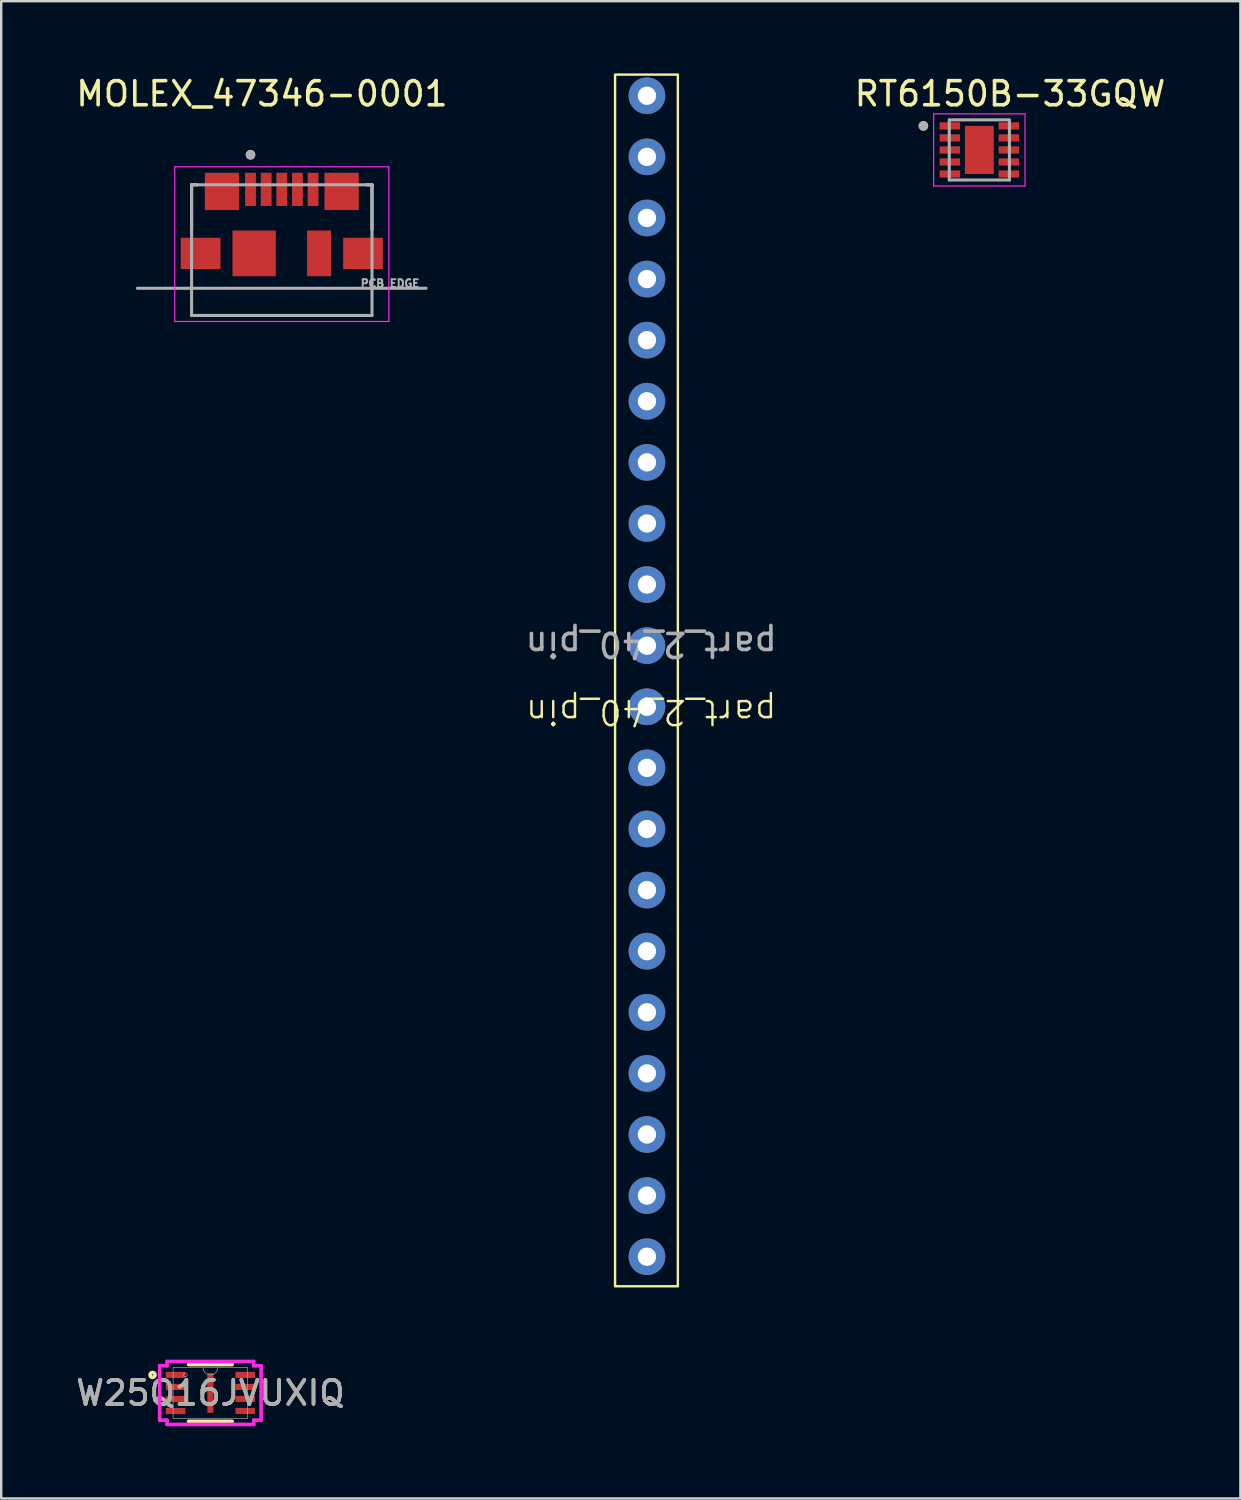
<source format=kicad_pcb>
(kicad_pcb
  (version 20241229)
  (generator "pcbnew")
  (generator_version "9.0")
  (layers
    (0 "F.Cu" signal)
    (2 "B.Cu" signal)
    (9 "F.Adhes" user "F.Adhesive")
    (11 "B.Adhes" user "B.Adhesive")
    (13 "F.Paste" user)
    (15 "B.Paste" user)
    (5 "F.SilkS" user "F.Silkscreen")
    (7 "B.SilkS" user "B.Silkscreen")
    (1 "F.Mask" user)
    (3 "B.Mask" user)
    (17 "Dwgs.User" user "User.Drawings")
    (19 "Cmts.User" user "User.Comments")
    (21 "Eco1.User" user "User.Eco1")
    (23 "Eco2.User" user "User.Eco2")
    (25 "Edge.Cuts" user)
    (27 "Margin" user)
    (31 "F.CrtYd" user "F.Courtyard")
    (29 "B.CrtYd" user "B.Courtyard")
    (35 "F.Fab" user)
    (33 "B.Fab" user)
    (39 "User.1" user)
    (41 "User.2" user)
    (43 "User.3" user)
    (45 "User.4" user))
  (footprint "part_2_40_pin"
    (layer "F.Cu")
    (at 23.668 23.054)
    (property "Reference" "part_2_40_pin" (at 0.35 3.496 180) (unlocked yes) (layer "F.SilkS") (effects (font (size 1 1) (thickness 0.1))))
    (attr smd)
    (fp_rect (start -1.15 -23.004) (end 1.46 27.366) (stroke (width 0.1) (type default)) (fill no) (layer "F.SilkS"))
    (fp_text user "${REFERENCE}" (at 0.35 0.681 180) (unlocked yes) (layer "F.Fab") (effects (font (size 1 1) (thickness 0.15))))
    (pad "1" thru_hole circle (at 0.175 26.136 180) (size 1.524 1.524) (drill 0.762) (layers "*.Cu" "*.Mask"))
    (pad "2" thru_hole circle (at 0.175 23.596 180) (size 1.524 1.524) (drill 0.762) (layers "*.Cu" "*.Mask"))
    (pad "3" thru_hole circle (at 0.175 21.056 180) (size 1.524 1.524) (drill 0.762) (layers "*.Cu" "*.Mask"))
    (pad "4" thru_hole circle (at 0.175 18.516 180) (size 1.524 1.524) (drill 0.762) (layers "*.Cu" "*.Mask"))
    (pad "5" thru_hole circle (at 0.175 15.976 180) (size 1.524 1.524) (drill 0.762) (layers "*.Cu" "*.Mask"))
    (pad "6" thru_hole circle (at 0.175 13.436 180) (size 1.524 1.524) (drill 0.762) (layers "*.Cu" "*.Mask"))
    (pad "7" thru_hole circle (at 0.175 10.896 180) (size 1.524 1.524) (drill 0.762) (layers "*.Cu" "*.Mask"))
    (pad "8" thru_hole circle (at 0.175 8.356 180) (size 1.524 1.524) (drill 0.762) (layers "*.Cu" "*.Mask"))
    (pad "9" thru_hole circle (at 0.175 5.816 180) (size 1.524 1.524) (drill 0.762) (layers "*.Cu" "*.Mask"))
    (pad "10" thru_hole circle (at 0.175 3.276 180) (size 1.524 1.524) (drill 0.762) (layers "*.Cu" "*.Mask"))
    (pad "11" thru_hole circle (at 0.175 0.736 180) (size 1.524 1.524) (drill 0.762) (layers "*.Cu" "*.Mask"))
    (pad "12" thru_hole circle (at 0.175 -1.804 180) (size 1.524 1.524) (drill 0.762) (layers "*.Cu" "*.Mask"))
    (pad "13" thru_hole circle (at 0.175 -4.344 180) (size 1.524 1.524) (drill 0.762) (layers "*.Cu" "*.Mask"))
    (pad "14" thru_hole circle (at 0.175 -6.884 180) (size 1.524 1.524) (drill 0.762) (layers "*.Cu" "*.Mask"))
    (pad "15" thru_hole circle (at 0.175 -9.424 180) (size 1.524 1.524) (drill 0.762) (layers "*.Cu" "*.Mask"))
    (pad "16" thru_hole circle (at 0.175 -11.964 180) (size 1.524 1.524) (drill 0.762) (layers "*.Cu" "*.Mask"))
    (pad "17" thru_hole circle (at 0.175 -14.504 180) (size 1.524 1.524) (drill 0.762) (layers "*.Cu" "*.Mask"))
    (pad "18" thru_hole circle (at 0.175 -17.044 180) (size 1.524 1.524) (drill 0.762) (layers "*.Cu" "*.Mask"))
    (pad "19" thru_hole circle (at 0.175 -19.584 180) (size 1.524 1.524) (drill 0.762) (layers "*.Cu" "*.Mask"))
    (pad "20" thru_hole circle (at 0.175 -22.124 180) (size 1.524 1.524) (drill 0.762) (layers "*.Cu" "*.Mask")))
  (footprint "RT6150B-33GQW"
    (layer "F.Cu")
    (at 37.66 3.183)
    (property "Reference" "RT6150B-33GQW" (at 1.275 -2.335 0) (layer "F.SilkS") (effects (font (size 1 1) (thickness 0.15))))
    (attr smd)
    (fp_poly (pts (xy -1.7 -1.2) (xy -0.75 -1.2) (xy -0.75 -0.8) (xy -1.7 -0.8)) (stroke (width 0.01) (type solid)) (fill yes) (layer "F.Mask"))
    (fp_poly (pts (xy -1.7 -0.7) (xy -0.75 -0.7) (xy -0.75 -0.3) (xy -1.7 -0.3)) (stroke (width 0.01) (type solid)) (fill yes) (layer "F.Mask"))
    (fp_poly (pts (xy -1.7 -0.2) (xy -0.75 -0.2) (xy -0.75 0.2) (xy -1.7 0.2)) (stroke (width 0.01) (type solid)) (fill yes) (layer "F.Mask"))
    (fp_poly (pts (xy -1.7 0.3) (xy -0.75 0.3) (xy -0.75 0.7) (xy -1.7 0.7)) (stroke (width 0.01) (type solid)) (fill yes) (layer "F.Mask"))
    (fp_poly (pts (xy -1.7 0.8) (xy -0.75 0.8) (xy -0.75 1.2) (xy -1.7 1.2)) (stroke (width 0.01) (type solid)) (fill yes) (layer "F.Mask"))
    (fp_poly (pts (xy -0.65 -1.05) (xy 0.65 -1.05) (xy 0.65 1.05) (xy -0.65 1.05)) (stroke (width 0.01) (type solid)) (fill yes) (layer "F.Mask"))
    (fp_poly (pts (xy 0.75 -1.2) (xy 1.7 -1.2) (xy 1.7 -0.8) (xy 0.75 -0.8)) (stroke (width 0.01) (type solid)) (fill yes) (layer "F.Mask"))
    (fp_poly (pts (xy 0.75 -0.7) (xy 1.7 -0.7) (xy 1.7 -0.3) (xy 0.75 -0.3)) (stroke (width 0.01) (type solid)) (fill yes) (layer "F.Mask"))
    (fp_poly (pts (xy 0.75 -0.2) (xy 1.7 -0.2) (xy 1.7 0.2) (xy 0.75 0.2)) (stroke (width 0.01) (type solid)) (fill yes) (layer "F.Mask"))
    (fp_poly (pts (xy 0.75 0.3) (xy 1.7 0.3) (xy 1.7 0.7) (xy 0.75 0.7)) (stroke (width 0.01) (type solid)) (fill yes) (layer "F.Mask"))
    (fp_poly (pts (xy 0.75 0.8) (xy 1.7 0.8) (xy 1.7 1.2) (xy 0.75 1.2)) (stroke (width 0.01) (type solid)) (fill yes) (layer "F.Mask"))
    (fp_circle (center -2.325 -1) (end -2.225 -1) (stroke (width 0.2) (type solid)) (fill no) (layer "F.SilkS"))
    (fp_poly (pts (xy -0.379 -0.632) (xy 0.379 -0.632) (xy 0.379 0.632) (xy -0.379 0.632)) (stroke (width 0.01) (type solid)) (fill yes) (layer "F.Paste"))
    (fp_line (start -1.9 -1.5) (end -1.9 1.5) (stroke (width 0.05) (type solid)) (layer "F.CrtYd"))
    (fp_line (start -1.9 1.5) (end 1.9 1.5) (stroke (width 0.05) (type solid)) (layer "F.CrtYd"))
    (fp_line (start 1.9 -1.5) (end -1.9 -1.5) (stroke (width 0.05) (type solid)) (layer "F.CrtYd"))
    (fp_line (start 1.9 1.5) (end 1.9 -1.5) (stroke (width 0.05) (type solid)) (layer "F.CrtYd"))
    (fp_line (start -1.25 -1.25) (end 1.25 -1.25) (stroke (width 0.127) (type solid)) (layer "F.Fab"))
    (fp_line (start -1.25 1.25) (end -1.25 -1.25) (stroke (width 0.127) (type solid)) (layer "F.Fab"))
    (fp_line (start 1.25 -1.25) (end 1.25 1.25) (stroke (width 0.127) (type solid)) (layer "F.Fab"))
    (fp_line (start 1.25 1.25) (end -1.25 1.25) (stroke (width 0.127) (type solid)) (layer "F.Fab"))
    (fp_circle (center -2.325 -1) (end -2.225 -1) (stroke (width 0.2) (type solid)) (fill no) (layer "F.Fab"))
    (pad "1" smd rect (at -1.225 -1) (size 0.85 0.3) (layers "F.Cu" "F.Paste"))
    (pad "2" smd rect (at -1.225 -0.5) (size 0.85 0.3) (layers "F.Cu" "F.Paste"))
    (pad "3" smd rect (at -1.225 0) (size 0.85 0.3) (layers "F.Cu" "F.Paste"))
    (pad "4" smd rect (at -1.225 0.5) (size 0.85 0.3) (layers "F.Cu" "F.Paste"))
    (pad "5" smd rect (at -1.225 1) (size 0.85 0.3) (layers "F.Cu" "F.Paste"))
    (pad "6" smd rect (at 1.225 1) (size 0.85 0.3) (layers "F.Cu" "F.Paste"))
    (pad "7" smd rect (at 1.225 0.5) (size 0.85 0.3) (layers "F.Cu" "F.Paste"))
    (pad "8" smd rect (at 1.225 0) (size 0.85 0.3) (layers "F.Cu" "F.Paste"))
    (pad "9" smd rect (at 1.225 -0.5) (size 0.85 0.3) (layers "F.Cu" "F.Paste"))
    (pad "10" smd rect (at 1.225 -1) (size 0.85 0.3) (layers "F.Cu" "F.Paste"))
    (pad "11" smd rect (at 0 0) (size 1.2 2) (layers "F.Cu")))
  (footprint "MOLEX_47346-0001"
    (layer "F.Cu")
    (at 8.664 7.483)
    (property "Reference" "MOLEX_47346-0001" (at -0.825 -6.635 0) (layer "F.SilkS") (effects (font (size 1 1) (thickness 0.15))))
    (attr smd)
    (fp_line (start -3.75 -2.85) (end -3.75 -1) (stroke (width 0.127) (type solid)) (layer "F.SilkS"))
    (fp_line (start -3.75 -2.85) (end -3.52 -2.85) (stroke (width 0.127) (type solid)) (layer "F.SilkS"))
    (fp_line (start 3.75 -2.85) (end 3.52 -2.85) (stroke (width 0.127) (type solid)) (layer "F.SilkS"))
    (fp_line (start 3.75 -2.85) (end 3.75 -1) (stroke (width 0.127) (type solid)) (layer "F.SilkS"))
    (fp_circle (center -1.3 -4.1) (end -1.2 -4.1) (stroke (width 0.2) (type solid)) (fill no) (layer "F.SilkS"))
    (fp_line (start -4.45 -3.6) (end 4.45 -3.6) (stroke (width 0.05) (type solid)) (layer "F.CrtYd"))
    (fp_line (start -4.45 2.83) (end -4.45 -3.6) (stroke (width 0.05) (type solid)) (layer "F.CrtYd"))
    (fp_line (start 4.45 -3.6) (end 4.45 2.83) (stroke (width 0.05) (type solid)) (layer "F.CrtYd"))
    (fp_line (start 4.45 2.83) (end -4.45 2.83) (stroke (width 0.05) (type solid)) (layer "F.CrtYd"))
    (fp_line (start -6 1.45) (end 6 1.45) (stroke (width 0.127) (type solid)) (layer "F.Fab"))
    (fp_line (start -3.75 -2.85) (end 3.75 -2.85) (stroke (width 0.127) (type solid)) (layer "F.Fab"))
    (fp_line (start -3.75 2.58) (end -3.75 -2.85) (stroke (width 0.127) (type solid)) (layer "F.Fab"))
    (fp_line (start 3.75 -2.85) (end 3.75 2.58) (stroke (width 0.127) (type solid)) (layer "F.Fab"))
    (fp_line (start 3.75 2.58) (end -3.75 2.58) (stroke (width 0.127) (type solid)) (layer "F.Fab"))
    (fp_circle (center -1.3 -4.1) (end -1.2 -4.1) (stroke (width 0.2) (type solid)) (fill no) (layer "F.Fab"))
    (fp_text user "PCB EDGE" (at 4.5 1.25 0) (layer "F.Fab") (effects (font (size 0.32 0.32) (thickness 0.15))))
    (pad "1" smd rect (at -1.3 -2.66) (size 0.45 1.38) (layers "F.Cu" "F.Mask" "F.Paste"))
    (pad "2" smd rect (at -0.65 -2.66) (size 0.45 1.38) (layers "F.Cu" "F.Mask" "F.Paste"))
    (pad "3" smd rect (at 0 -2.66) (size 0.45 1.38) (layers "F.Cu" "F.Mask" "F.Paste"))
    (pad "4" smd rect (at 0.65 -2.66) (size 0.45 1.38) (layers "F.Cu" "F.Mask" "F.Paste"))
    (pad "5" smd rect (at 1.3 -2.66) (size 0.45 1.38) (layers "F.Cu" "F.Mask" "F.Paste"))
    (pad "S1" smd rect (at -2.487 -2.575) (size 1.425 1.55) (layers "F.Cu" "F.Mask" "F.Paste"))
    (pad "S2" smd rect (at 2.487 -2.575) (size 1.425 1.55) (layers "F.Cu" "F.Mask" "F.Paste"))
    (pad "S3" smd rect (at -3.375 0) (size 1.65 1.3) (layers "F.Cu" "F.Mask" "F.Paste"))
    (pad "S4" smd rect (at -1.15 0) (size 1.8 1.9) (layers "F.Cu" "F.Mask" "F.Paste"))
    (pad "S5" smd rect (at 1.55 0) (size 1 1.9) (layers "F.Cu" "F.Mask" "F.Paste"))
    (pad "S6" smd rect (at 3.375 0) (size 1.65 1.3) (layers "F.Cu" "F.Mask" "F.Paste")))
  (footprint "W25Q16JVUXIQ"
    (layer "F.Cu")
    (at 5.696 54.854)
    (property "Reference" "W25Q16JVUXIQ" (at 0 0 0) (unlocked yes) (layer "F.SilkS") (effects (font (size 1 1) (thickness 0.15))))
    (attr smd)
    (fp_line (start -0.906 1.181) (end 0.906 1.181) (stroke (width 0.152) (type solid)) (layer "F.SilkS"))
    (fp_line (start 0.906 -1.181) (end -0.906 -1.181) (stroke (width 0.152) (type solid)) (layer "F.SilkS"))
    (fp_circle (center -2.405 -0.75) (end -2.303 -0.75) (stroke (width 0.152) (type solid)) (fill no) (layer "F.SilkS"))
    (fp_line (start -2.108 -1.131) (end -1.803 -1.131) (stroke (width 0.152) (type solid)) (layer "F.CrtYd"))
    (fp_line (start -2.108 1.131) (end -2.108 -1.131) (stroke (width 0.152) (type solid)) (layer "F.CrtYd"))
    (fp_line (start -2.108 1.131) (end -1.803 1.131) (stroke (width 0.152) (type solid)) (layer "F.CrtYd"))
    (fp_line (start -1.803 -1.308) (end 1.803 -1.308) (stroke (width 0.152) (type solid)) (layer "F.CrtYd"))
    (fp_line (start -1.803 -1.131) (end -1.803 -1.308) (stroke (width 0.152) (type solid)) (layer "F.CrtYd"))
    (fp_line (start -1.803 1.308) (end -1.803 1.131) (stroke (width 0.152) (type solid)) (layer "F.CrtYd"))
    (fp_line (start 1.803 -1.308) (end 1.803 -1.131) (stroke (width 0.152) (type solid)) (layer "F.CrtYd"))
    (fp_line (start 1.803 1.131) (end 1.803 1.308) (stroke (width 0.152) (type solid)) (layer "F.CrtYd"))
    (fp_line (start 1.803 1.308) (end -1.803 1.308) (stroke (width 0.152) (type solid)) (layer "F.CrtYd"))
    (fp_line (start 2.108 -1.131) (end 1.803 -1.131) (stroke (width 0.152) (type solid)) (layer "F.CrtYd"))
    (fp_line (start 2.108 -1.131) (end 2.108 1.131) (stroke (width 0.152) (type solid)) (layer "F.CrtYd"))
    (fp_line (start 2.108 1.131) (end 1.803 1.131) (stroke (width 0.152) (type solid)) (layer "F.CrtYd"))
    (fp_line (start -1.549 -1.054) (end -1.549 1.054) (stroke (width 0.025) (type solid)) (layer "F.Fab"))
    (fp_line (start -1.549 1.054) (end 1.549 1.054) (stroke (width 0.025) (type solid)) (layer "F.Fab"))
    (fp_line (start 1.549 -1.054) (end -1.549 -1.054) (stroke (width 0.025) (type solid)) (layer "F.Fab"))
    (fp_line (start 1.549 1.054) (end 1.549 -1.054) (stroke (width 0.025) (type solid)) (layer "F.Fab"))
    (fp_arc (start 0.3048 -1.0541) (mid 0 -0.7493) (end -0.3048 -1.0541) (stroke (width 0.0254) (type solid)) (layer "F.Fab"))
    (fp_circle (center -1.041 -0.75) (end -0.965 -0.75) (stroke (width 0.025) (type solid)) (fill no) (layer "F.Fab"))
    (fp_text user "${REFERENCE}" (at 0 0 0) (unlocked yes) (layer "F.Fab") (effects (font (size 1 1) (thickness 0.15))))
    (pad "1" smd rect (at -1.448 -0.75) (size 0.813 0.254) (layers "F.Cu" "F.Mask" "F.Paste"))
    (pad "2" smd rect (at -1.448 -0.25) (size 0.813 0.254) (layers "F.Cu" "F.Mask" "F.Paste"))
    (pad "3" smd rect (at -1.448 0.25) (size 0.813 0.254) (layers "F.Cu" "F.Mask" "F.Paste"))
    (pad "4" smd rect (at -1.448 0.75) (size 0.813 0.254) (layers "F.Cu" "F.Mask" "F.Paste"))
    (pad "5" smd rect (at 1.448 0.75) (size 0.813 0.254) (layers "F.Cu" "F.Mask" "F.Paste"))
    (pad "6" smd rect (at 1.448 0.25) (size 0.813 0.254) (layers "F.Cu" "F.Mask" "F.Paste"))
    (pad "7" smd rect (at 1.448 -0.25) (size 0.813 0.254) (layers "F.Cu" "F.Mask" "F.Paste"))
    (pad "8" smd rect (at 1.448 -0.75) (size 0.813 0.254) (layers "F.Cu" "F.Mask" "F.Paste"))
    (pad "9" smd rect (at 0 0) (size 0.254 1.651) (layers "F.Cu" "F.Mask" "F.Paste")))
  (gr_rect
    (start -3 -3)
    (end 48.512 59.239)
    (stroke (width 0.1) (type default))
    (fill no)
    (layer "Edge.Cuts")))
</source>
